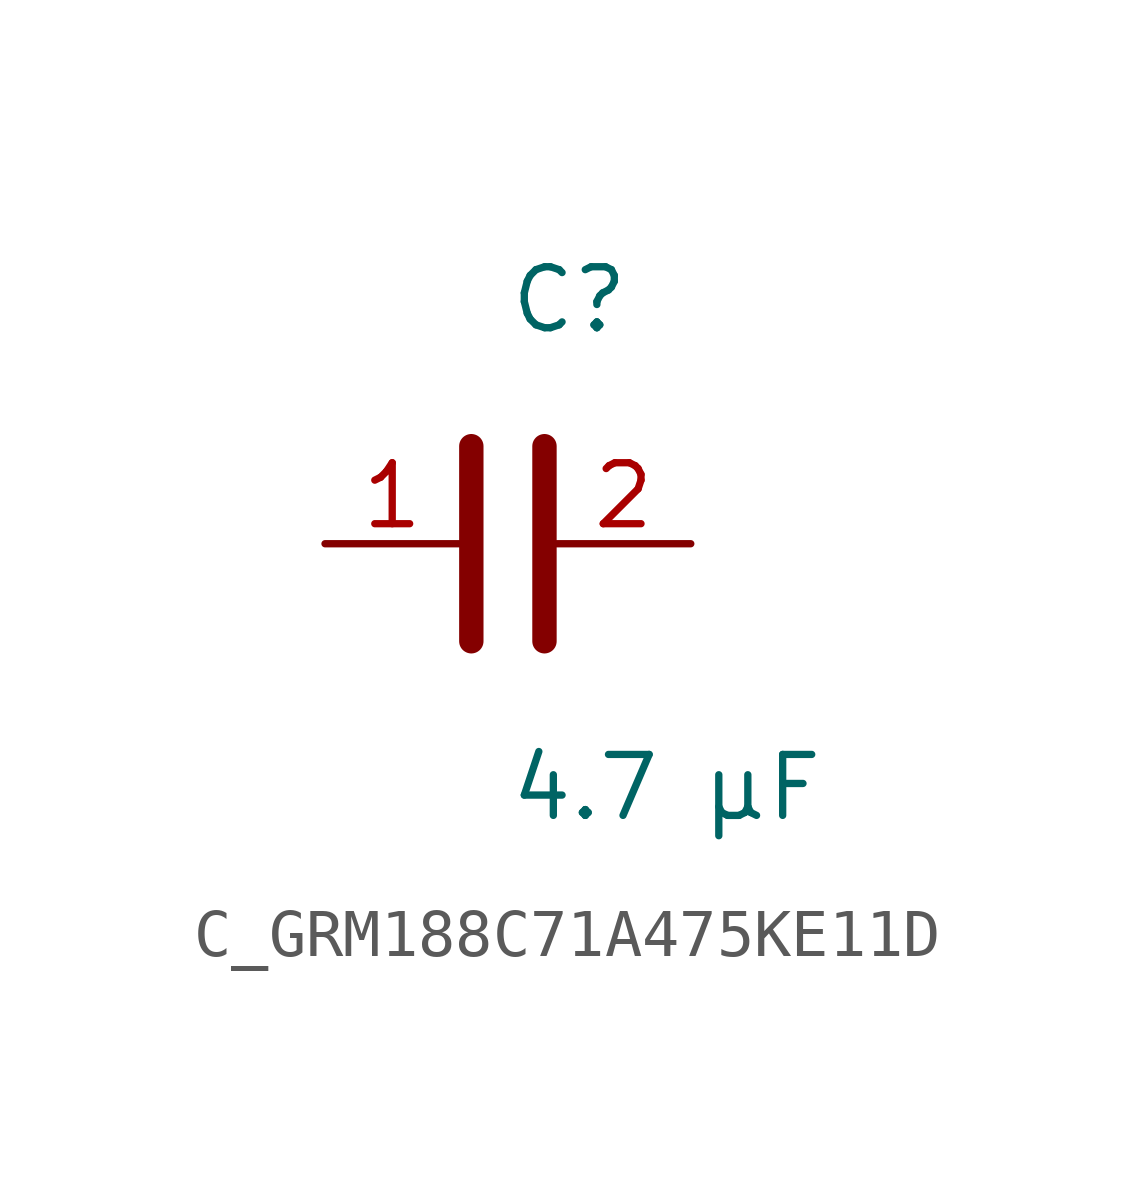
<source format=kicad_sym>
(kicad_symbol_lib
  (version 20231120)
  (generator kicad_symbol_editor)
  (generator_version 8.0)
  (symbol "C_GRM188C71A475KE11D"
    (pin_names
      (offset 0.254))
    (property "Reference" "C"
      (at 0 5.08 0)
      (effects (font (size 1.27 1.27)) (justify left)))
    (property "Value" "4.7 µF"
      (at 0 -5.08 0)
      (effects (font (size 1.27 1.27)) (justify left)))
    (symbol "C_GRM188C71A475KE11D_0_1"
      (polyline (pts (xy -0.762 -2.032) (xy -0.762 2.032)) (stroke (width 0.508) (type default)) (fill (type none)))
      (polyline (pts (xy 0.762 -2.032) (xy 0.762 2.032)) (stroke (width 0.508) (type default)) (fill (type none))))
    (pin unspecified line
      (at -3.81 0 0)
      (length 2.8)
      (name "" (effects (font (size 1.27 1.27))))
      (number "1" (effects (font (size 1.27 1.27)))))
    (pin unspecified line
      (at 3.81 0 180)
      (length 2.8)
      (name "" (effects (font (size 1.27 1.27))))
      (number "2" (effects (font (size 1.27 1.27)))))))
</source>
